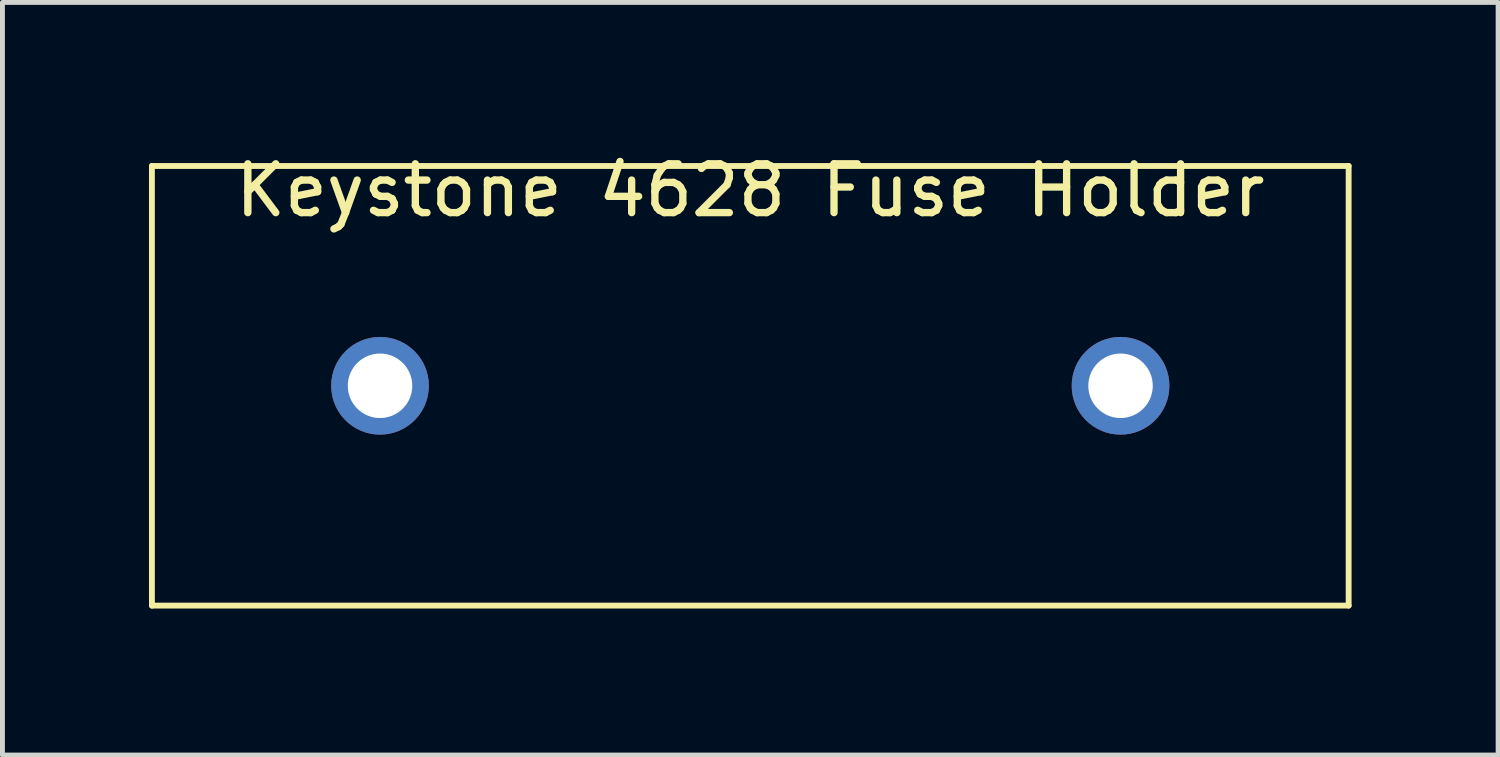
<source format=kicad_pcb>
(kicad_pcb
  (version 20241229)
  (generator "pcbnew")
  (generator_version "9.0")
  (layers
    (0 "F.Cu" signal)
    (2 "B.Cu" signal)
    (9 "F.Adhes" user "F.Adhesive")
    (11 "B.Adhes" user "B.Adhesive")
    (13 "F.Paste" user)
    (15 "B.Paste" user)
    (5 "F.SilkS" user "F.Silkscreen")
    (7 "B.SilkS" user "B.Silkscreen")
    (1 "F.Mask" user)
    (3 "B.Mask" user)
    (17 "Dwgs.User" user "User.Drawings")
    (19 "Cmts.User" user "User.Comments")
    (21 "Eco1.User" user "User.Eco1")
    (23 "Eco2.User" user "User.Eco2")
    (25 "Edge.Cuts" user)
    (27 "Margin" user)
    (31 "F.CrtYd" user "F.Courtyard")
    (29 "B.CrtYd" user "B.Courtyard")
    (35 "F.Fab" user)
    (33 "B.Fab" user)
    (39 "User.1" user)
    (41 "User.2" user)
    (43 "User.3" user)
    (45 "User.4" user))
  (footprint "Keystone 4628 Fuse Holder"
    (layer "F.Cu")
    (at 12.31 4.848)
    (property "Reference" "Keystone 4628 Fuse Holder" (at 0 -4 0) (layer "F.SilkS") (effects (font (size 1 1) (thickness 0.15))))
    (attr through_hole)
    (fp_line (start -12.25 -4.5) (end -12.25 4.5) (stroke (width 0.12) (type solid)) (layer "F.SilkS"))
    (fp_line (start -12.25 4.5) (end 12.25 4.5) (stroke (width 0.12) (type solid)) (layer "F.SilkS"))
    (fp_line (start 12.25 -4.5) (end -12.25 -4.5) (stroke (width 0.12) (type solid)) (layer "F.SilkS"))
    (fp_line (start 12.25 4.5) (end 12.25 -4.5) (stroke (width 0.12) (type solid)) (layer "F.SilkS"))
    (pad "1" thru_hole circle (at -7.58 0) (size 2 2) (drill 1.32) (layers "*.Cu" "*.Mask"))
    (pad "2" thru_hole circle (at 7.58 0) (size 2 2) (drill 1.32) (layers "*.Cu" "*.Mask")))
  (gr_rect
    (start -3 -3)
    (end 27.62 12.408)
    (stroke (width 0.1) (type default))
    (fill no)
    (layer "Edge.Cuts")))
</source>
